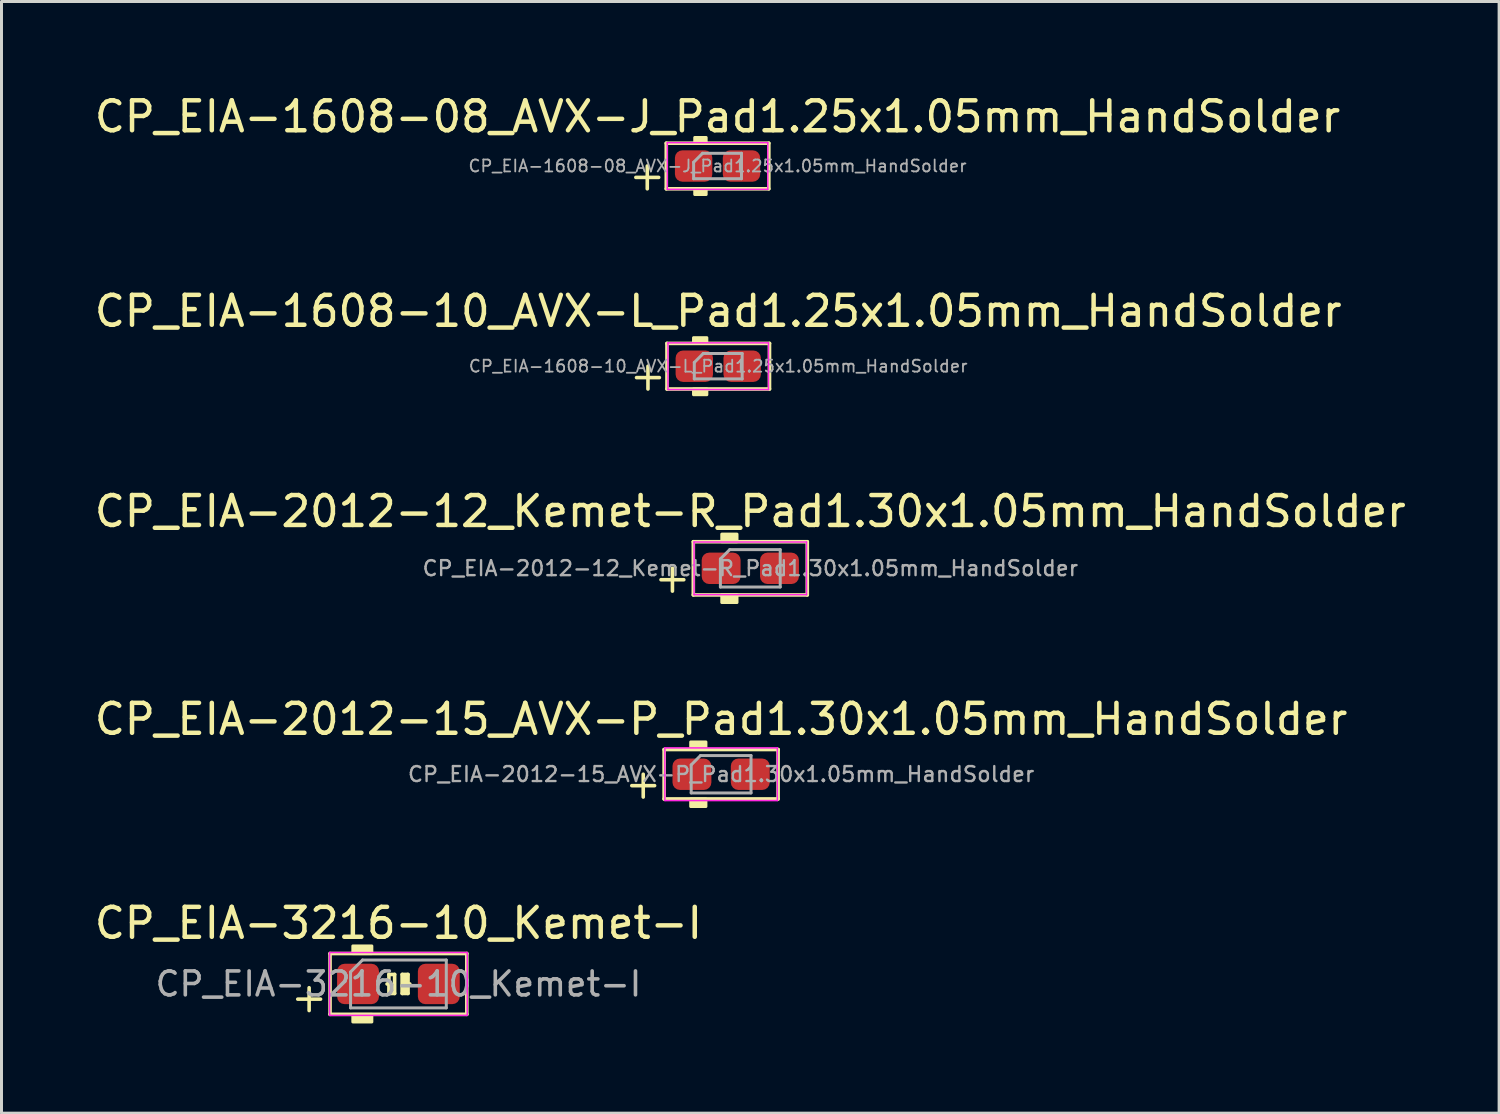
<source format=kicad_pcb>
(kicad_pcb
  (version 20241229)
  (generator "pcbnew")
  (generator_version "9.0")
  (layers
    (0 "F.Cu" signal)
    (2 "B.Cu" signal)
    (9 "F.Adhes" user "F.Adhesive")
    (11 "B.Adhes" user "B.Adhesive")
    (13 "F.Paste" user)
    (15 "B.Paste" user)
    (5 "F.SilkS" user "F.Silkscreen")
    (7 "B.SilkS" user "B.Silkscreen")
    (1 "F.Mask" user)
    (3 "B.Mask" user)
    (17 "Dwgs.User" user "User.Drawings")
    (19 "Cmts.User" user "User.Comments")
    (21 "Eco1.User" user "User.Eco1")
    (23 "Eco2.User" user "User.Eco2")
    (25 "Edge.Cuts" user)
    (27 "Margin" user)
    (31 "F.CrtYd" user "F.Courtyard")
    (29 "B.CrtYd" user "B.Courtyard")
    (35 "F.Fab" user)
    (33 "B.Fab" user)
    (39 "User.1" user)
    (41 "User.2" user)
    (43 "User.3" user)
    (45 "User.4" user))
  (footprint "CP_EIA-1608-08_AVX-J_Pad1.25x1.05mm_HandSolder"
    (layer "F.Cu")
    (at 20.935 2.499)
    (property "Reference" "CP_EIA-1608-08_AVX-J_Pad1.25x1.05mm_HandSolder" (at 0 -1.651 0) (layer "F.SilkS") (effects (font (size 1 1) (thickness 0.15))))
    (attr smd)
    (fp_line (start -2.731 0.381) (end -1.968 0.381) (stroke (width 0.12) (type solid)) (layer "F.SilkS"))
    (fp_line (start -2.349 0) (end -2.349 0.762) (stroke (width 0.12) (type solid)) (layer "F.SilkS"))
    (fp_line (start -1.714 -0.762) (end -1.714 0.762) (stroke (width 0.12) (type solid)) (layer "F.SilkS"))
    (fp_line (start -1.714 0.762) (end 1.714 0.762) (stroke (width 0.12) (type solid)) (layer "F.SilkS"))
    (fp_line (start 1.714 -0.762) (end -1.714 -0.762) (stroke (width 0.12) (type solid)) (layer "F.SilkS"))
    (fp_line (start 1.714 0.762) (end 1.714 -0.762) (stroke (width 0.12) (type solid)) (layer "F.SilkS"))
    (fp_poly (pts (xy -0.381 -0.762) (xy -0.762 -0.762) (xy -0.762 -0.953) (xy -0.381 -0.953)) (stroke (width 0.1) (type solid)) (fill yes) (layer "F.SilkS"))
    (fp_poly (pts (xy -0.381 0.953) (xy -0.762 0.953) (xy -0.762 0.762) (xy -0.381 0.762)) (stroke (width 0.1) (type solid)) (fill yes) (layer "F.SilkS"))
    (fp_line (start -1.68 -0.78) (end 1.68 -0.78) (stroke (width 0.05) (type solid)) (layer "F.CrtYd"))
    (fp_line (start -1.68 0.78) (end -1.68 -0.78) (stroke (width 0.05) (type solid)) (layer "F.CrtYd"))
    (fp_line (start 1.68 -0.78) (end 1.68 0.78) (stroke (width 0.05) (type solid)) (layer "F.CrtYd"))
    (fp_line (start 1.68 0.78) (end -1.68 0.78) (stroke (width 0.05) (type solid)) (layer "F.CrtYd"))
    (fp_line (start -0.8 -0.125) (end -0.8 0.425) (stroke (width 0.1) (type solid)) (layer "F.Fab"))
    (fp_line (start -0.8 0.425) (end 0.8 0.425) (stroke (width 0.1) (type solid)) (layer "F.Fab"))
    (fp_line (start -0.5 -0.425) (end -0.8 -0.125) (stroke (width 0.1) (type solid)) (layer "F.Fab"))
    (fp_line (start 0.8 -0.425) (end -0.5 -0.425) (stroke (width 0.1) (type solid)) (layer "F.Fab"))
    (fp_line (start 0.8 0.425) (end 0.8 -0.425) (stroke (width 0.1) (type solid)) (layer "F.Fab"))
    (fp_text user "${REFERENCE}" (at 0 0 0) (layer "F.Fab") (effects (font (size 0.4 0.4) (thickness 0.06))))
    (pad "1" smd roundrect (at -0.8 0) (size 1.25 1.05) (layers "F.Cu" "F.Mask" "F.Paste") (roundrect_rratio 0.238))
    (pad "2" smd roundrect (at 0.8 0) (size 1.25 1.05) (layers "F.Cu" "F.Mask" "F.Paste") (roundrect_rratio 0.238)))
  (footprint "CP_EIA-2012-12_Kemet-R_Pad1.30x1.05mm_HandSolder"
    (layer "F.Cu")
    (at 22.03 15.947)
    (property "Reference" "CP_EIA-2012-12_Kemet-R_Pad1.30x1.05mm_HandSolder" (at 0 -1.905 0) (layer "F.SilkS") (effects (font (size 1 1) (thickness 0.15))))
    (attr smd)
    (fp_line (start -2.985 0.381) (end -2.223 0.381) (stroke (width 0.12) (type solid)) (layer "F.SilkS"))
    (fp_line (start -2.603 0) (end -2.603 0.762) (stroke (width 0.12) (type solid)) (layer "F.SilkS"))
    (fp_line (start -1.905 -0.889) (end -1.905 0.889) (stroke (width 0.12) (type solid)) (layer "F.SilkS"))
    (fp_line (start -1.905 0.889) (end 1.905 0.889) (stroke (width 0.12) (type solid)) (layer "F.SilkS"))
    (fp_line (start 1.905 -0.889) (end -1.905 -0.889) (stroke (width 0.12) (type solid)) (layer "F.SilkS"))
    (fp_line (start 1.905 0.889) (end 1.905 -0.889) (stroke (width 0.12) (type solid)) (layer "F.SilkS"))
    (fp_poly (pts (xy -0.445 -0.889) (xy -0.953 -0.889) (xy -0.953 -1.143) (xy -0.445 -1.143)) (stroke (width 0.1) (type solid)) (fill yes) (layer "F.SilkS"))
    (fp_poly (pts (xy -0.445 1.143) (xy -0.953 1.143) (xy -0.953 0.889) (xy -0.445 0.889)) (stroke (width 0.1) (type solid)) (fill yes) (layer "F.SilkS"))
    (fp_line (start -1.88 -0.88) (end 1.88 -0.88) (stroke (width 0.05) (type solid)) (layer "F.CrtYd"))
    (fp_line (start -1.88 0.88) (end -1.88 -0.88) (stroke (width 0.05) (type solid)) (layer "F.CrtYd"))
    (fp_line (start 1.88 -0.88) (end 1.88 0.88) (stroke (width 0.05) (type solid)) (layer "F.CrtYd"))
    (fp_line (start 1.88 0.88) (end -1.88 0.88) (stroke (width 0.05) (type solid)) (layer "F.CrtYd"))
    (fp_line (start -1 -0.312) (end -1 0.625) (stroke (width 0.1) (type solid)) (layer "F.Fab"))
    (fp_line (start -1 0.625) (end 1 0.625) (stroke (width 0.1) (type solid)) (layer "F.Fab"))
    (fp_line (start -0.688 -0.625) (end -1 -0.312) (stroke (width 0.1) (type solid)) (layer "F.Fab"))
    (fp_line (start 1 -0.625) (end -0.688 -0.625) (stroke (width 0.1) (type solid)) (layer "F.Fab"))
    (fp_line (start 1 0.625) (end 1 -0.625) (stroke (width 0.1) (type solid)) (layer "F.Fab"))
    (fp_text user "${REFERENCE}" (at 0 0 0) (layer "F.Fab") (effects (font (size 0.5 0.5) (thickness 0.08))))
    (pad "1" smd roundrect (at -0.975 0) (size 1.3 1.05) (layers "F.Cu" "F.Mask" "F.Paste") (roundrect_rratio 0.238))
    (pad "2" smd roundrect (at 0.975 0) (size 1.3 1.05) (layers "F.Cu" "F.Mask" "F.Paste") (roundrect_rratio 0.238)))
  (footprint "CP_EIA-2012-15_AVX-P_Pad1.30x1.05mm_HandSolder"
    (layer "F.Cu")
    (at 21.054 22.83)
    (property "Reference" "CP_EIA-2012-15_AVX-P_Pad1.30x1.05mm_HandSolder" (at 0 -1.841 0) (layer "F.SilkS") (effects (font (size 1 1) (thickness 0.15))))
    (attr smd)
    (fp_line (start -2.985 0.381) (end -2.223 0.381) (stroke (width 0.12) (type solid)) (layer "F.SilkS"))
    (fp_line (start -2.603 0) (end -2.603 0.762) (stroke (width 0.12) (type solid)) (layer "F.SilkS"))
    (fp_line (start -1.905 -0.826) (end -1.905 0.826) (stroke (width 0.12) (type solid)) (layer "F.SilkS"))
    (fp_line (start -1.905 0.826) (end 1.905 0.826) (stroke (width 0.12) (type solid)) (layer "F.SilkS"))
    (fp_line (start 1.905 -0.826) (end -1.905 -0.826) (stroke (width 0.12) (type solid)) (layer "F.SilkS"))
    (fp_line (start 1.905 0.826) (end 1.905 -0.826) (stroke (width 0.12) (type solid)) (layer "F.SilkS"))
    (fp_poly (pts (xy -0.508 -0.826) (xy -1.016 -0.826) (xy -1.016 -1.079) (xy -0.508 -1.079)) (stroke (width 0.1) (type solid)) (fill yes) (layer "F.SilkS"))
    (fp_poly (pts (xy -0.508 1.079) (xy -1.016 1.079) (xy -1.016 0.826) (xy -0.508 0.826)) (stroke (width 0.1) (type solid)) (fill yes) (layer "F.SilkS"))
    (fp_line (start -1.88 -0.88) (end 1.88 -0.88) (stroke (width 0.05) (type solid)) (layer "F.CrtYd"))
    (fp_line (start -1.88 0.88) (end -1.88 -0.88) (stroke (width 0.05) (type solid)) (layer "F.CrtYd"))
    (fp_line (start 1.88 -0.88) (end 1.88 0.88) (stroke (width 0.05) (type solid)) (layer "F.CrtYd"))
    (fp_line (start 1.88 0.88) (end -1.88 0.88) (stroke (width 0.05) (type solid)) (layer "F.CrtYd"))
    (fp_line (start -1 -0.312) (end -1 0.625) (stroke (width 0.1) (type solid)) (layer "F.Fab"))
    (fp_line (start -1 0.625) (end 1 0.625) (stroke (width 0.1) (type solid)) (layer "F.Fab"))
    (fp_line (start -0.688 -0.625) (end -1 -0.312) (stroke (width 0.1) (type solid)) (layer "F.Fab"))
    (fp_line (start 1 -0.625) (end -0.688 -0.625) (stroke (width 0.1) (type solid)) (layer "F.Fab"))
    (fp_line (start 1 0.625) (end 1 -0.625) (stroke (width 0.1) (type solid)) (layer "F.Fab"))
    (fp_text user "${REFERENCE}" (at 0 0 0) (layer "F.Fab") (effects (font (size 0.5 0.5) (thickness 0.08))))
    (pad "1" smd roundrect (at -0.975 0) (size 1.3 1.05) (layers "F.Cu" "F.Mask" "F.Paste") (roundrect_rratio 0.238))
    (pad "2" smd roundrect (at 0.975 0) (size 1.3 1.05) (layers "F.Cu" "F.Mask" "F.Paste") (roundrect_rratio 0.238)))
  (footprint "CP_EIA-1608-10_AVX-L_Pad1.25x1.05mm_HandSolder"
    (layer "F.Cu")
    (at 20.958 9.191)
    (property "Reference" "CP_EIA-1608-10_AVX-L_Pad1.25x1.05mm_HandSolder" (at 0 -1.841 0) (layer "F.SilkS") (effects (font (size 1 1) (thickness 0.15))))
    (attr smd)
    (fp_line (start -2.731 0.381) (end -1.968 0.381) (stroke (width 0.12) (type solid)) (layer "F.SilkS"))
    (fp_line (start -2.349 0) (end -2.349 0.762) (stroke (width 0.12) (type solid)) (layer "F.SilkS"))
    (fp_line (start -1.714 -0.762) (end -1.714 0.762) (stroke (width 0.12) (type solid)) (layer "F.SilkS"))
    (fp_line (start -1.714 0.762) (end 1.714 0.762) (stroke (width 0.12) (type solid)) (layer "F.SilkS"))
    (fp_line (start 1.714 -0.762) (end -1.714 -0.762) (stroke (width 0.12) (type solid)) (layer "F.SilkS"))
    (fp_line (start 1.714 0.762) (end 1.714 -0.762) (stroke (width 0.12) (type solid)) (layer "F.SilkS"))
    (fp_poly (pts (xy -0.381 -0.762) (xy -0.826 -0.762) (xy -0.826 -0.953) (xy -0.381 -0.953)) (stroke (width 0.1) (type solid)) (fill yes) (layer "F.SilkS"))
    (fp_poly (pts (xy -0.381 0.953) (xy -0.826 0.953) (xy -0.826 0.762) (xy -0.381 0.762)) (stroke (width 0.1) (type solid)) (fill yes) (layer "F.SilkS"))
    (fp_line (start -1.68 -0.78) (end 1.68 -0.78) (stroke (width 0.05) (type solid)) (layer "F.CrtYd"))
    (fp_line (start -1.68 0.78) (end -1.68 -0.78) (stroke (width 0.05) (type solid)) (layer "F.CrtYd"))
    (fp_line (start 1.68 -0.78) (end 1.68 0.78) (stroke (width 0.05) (type solid)) (layer "F.CrtYd"))
    (fp_line (start 1.68 0.78) (end -1.68 0.78) (stroke (width 0.05) (type solid)) (layer "F.CrtYd"))
    (fp_line (start -0.8 -0.125) (end -0.8 0.425) (stroke (width 0.1) (type solid)) (layer "F.Fab"))
    (fp_line (start -0.8 0.425) (end 0.8 0.425) (stroke (width 0.1) (type solid)) (layer "F.Fab"))
    (fp_line (start -0.5 -0.425) (end -0.8 -0.125) (stroke (width 0.1) (type solid)) (layer "F.Fab"))
    (fp_line (start 0.8 -0.425) (end -0.5 -0.425) (stroke (width 0.1) (type solid)) (layer "F.Fab"))
    (fp_line (start 0.8 0.425) (end 0.8 -0.425) (stroke (width 0.1) (type solid)) (layer "F.Fab"))
    (fp_text user "${REFERENCE}" (at 0 0 0) (layer "F.Fab") (effects (font (size 0.4 0.4) (thickness 0.06))))
    (pad "1" smd roundrect (at -0.8 0) (size 1.25 1.05) (layers "F.Cu" "F.Mask" "F.Paste") (roundrect_rratio 0.238))
    (pad "2" smd roundrect (at 0.8 0) (size 1.25 1.05) (layers "F.Cu" "F.Mask" "F.Paste") (roundrect_rratio 0.238)))
  (footprint "CP_EIA-3216-10_Kemet-I"
    (layer "F.Cu")
    (at 10.268 29.84)
    (property "Reference" "CP_EIA-3216-10_Kemet-I" (at 0 -2.032 0) (layer "F.SilkS") (effects (font (size 1 1) (thickness 0.15))))
    (attr smd)
    (fp_line (start -3.365 0.508) (end -2.603 0.508) (stroke (width 0.12) (type solid)) (layer "F.SilkS"))
    (fp_line (start -2.985 0.127) (end -2.985 0.889) (stroke (width 0.12) (type solid)) (layer "F.SilkS"))
    (fp_line (start -2.286 -1.016) (end -2.286 1.016) (stroke (width 0.12) (type solid)) (layer "F.SilkS"))
    (fp_line (start -2.286 1.016) (end 2.286 1.016) (stroke (width 0.12) (type solid)) (layer "F.SilkS"))
    (fp_line (start -0.381 0) (end -0.318 0) (stroke (width 0.12) (type solid)) (layer "F.SilkS"))
    (fp_line (start -0.318 -0.318) (end -0.318 0) (stroke (width 0.12) (type solid)) (layer "F.SilkS"))
    (fp_line (start -0.318 0) (end -0.318 0.318) (stroke (width 0.12) (type solid)) (layer "F.SilkS"))
    (fp_line (start -0.318 0.318) (end -0.127 0.318) (stroke (width 0.12) (type solid)) (layer "F.SilkS"))
    (fp_line (start -0.127 -0.318) (end -0.318 -0.318) (stroke (width 0.12) (type solid)) (layer "F.SilkS"))
    (fp_line (start -0.127 0.318) (end -0.127 -0.318) (stroke (width 0.12) (type solid)) (layer "F.SilkS"))
    (fp_line (start 0.127 -0.318) (end 0.127 0.318) (stroke (width 0.12) (type solid)) (layer "F.SilkS"))
    (fp_line (start 0.127 0.318) (end 0.318 0.318) (stroke (width 0.12) (type solid)) (layer "F.SilkS"))
    (fp_line (start 0.318 -0.318) (end 0.127 -0.318) (stroke (width 0.12) (type solid)) (layer "F.SilkS"))
    (fp_line (start 0.318 0) (end 0.318 -0.318) (stroke (width 0.12) (type solid)) (layer "F.SilkS"))
    (fp_line (start 0.318 0.318) (end 0.318 0) (stroke (width 0.12) (type solid)) (layer "F.SilkS"))
    (fp_line (start 0.381 0) (end 0.318 0) (stroke (width 0.12) (type solid)) (layer "F.SilkS"))
    (fp_line (start 2.286 -1.016) (end -2.286 -1.016) (stroke (width 0.12) (type solid)) (layer "F.SilkS"))
    (fp_line (start 2.286 1.016) (end 2.286 -1.016) (stroke (width 0.12) (type solid)) (layer "F.SilkS"))
    (fp_poly (pts (xy -0.889 -1.016) (xy -1.524 -1.016) (xy -1.524 -1.27) (xy -0.889 -1.27)) (stroke (width 0.1) (type solid)) (fill yes) (layer "F.SilkS"))
    (fp_poly (pts (xy -0.889 1.27) (xy -1.524 1.27) (xy -1.524 1.016) (xy -0.889 1.016)) (stroke (width 0.1) (type solid)) (fill yes) (layer "F.SilkS"))
    (fp_poly (pts (xy 0.318 0.318) (xy 0.127 0.318) (xy 0.127 -0.318) (xy 0.318 -0.318)) (stroke (width 0.1) (type solid)) (fill yes) (layer "F.SilkS"))
    (fp_line (start -2.3 -1.05) (end 2.3 -1.05) (stroke (width 0.05) (type solid)) (layer "F.CrtYd"))
    (fp_line (start -2.3 1.05) (end -2.3 -1.05) (stroke (width 0.05) (type solid)) (layer "F.CrtYd"))
    (fp_line (start 2.3 -1.05) (end 2.3 1.05) (stroke (width 0.05) (type solid)) (layer "F.CrtYd"))
    (fp_line (start 2.3 1.05) (end -2.3 1.05) (stroke (width 0.05) (type solid)) (layer "F.CrtYd"))
    (fp_line (start -1.6 -0.4) (end -1.6 0.8) (stroke (width 0.1) (type solid)) (layer "F.Fab"))
    (fp_line (start -1.6 0.8) (end 1.6 0.8) (stroke (width 0.1) (type solid)) (layer "F.Fab"))
    (fp_line (start -1.2 -0.8) (end -1.6 -0.4) (stroke (width 0.1) (type solid)) (layer "F.Fab"))
    (fp_line (start 1.6 -0.8) (end -1.2 -0.8) (stroke (width 0.1) (type solid)) (layer "F.Fab"))
    (fp_line (start 1.6 0.8) (end 1.6 -0.8) (stroke (width 0.1) (type solid)) (layer "F.Fab"))
    (fp_text user "${REFERENCE}" (at 0 0 0) (layer "F.Fab") (effects (font (size 0.8 0.8) (thickness 0.12))))
    (pad "1" smd roundrect (at -1.35 0) (size 1.4 1.35) (layers "F.Cu" "F.Mask" "F.Paste") (roundrect_rratio 0.185))
    (pad "2" smd roundrect (at 1.35 0) (size 1.4 1.35) (layers "F.Cu" "F.Mask" "F.Paste") (roundrect_rratio 0.185)))
  (gr_rect
    (start -3 -3)
    (end 47.06 34.16)
    (stroke (width 0.1) (type default))
    (fill no)
    (layer "Edge.Cuts")))
</source>
